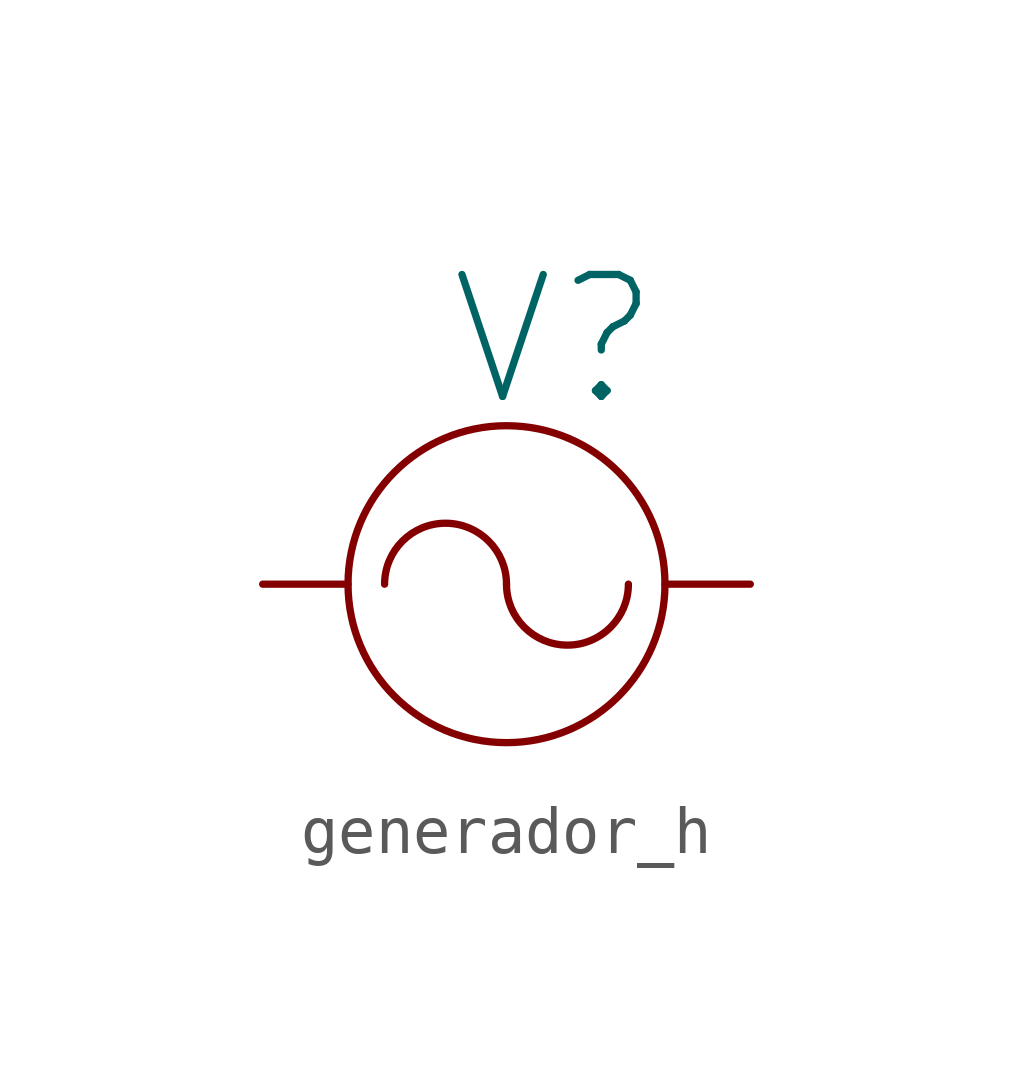
<source format=kicad_sym>
(kicad_symbol_lib
  (version 20231120)
  (generator "kicad_symbol_editor")
  (generator_version "8.0")
  (symbol "generador_h"
    (pin_names
      (offset 1.016))
    (property "Reference" "V"
      (at 3.81 5.08 0)
      (effects (font (size 2.54 2.54)) (justify left)))
    (symbol "generador_h_0_0"
      (arc (start 5.08 0) (mid 3.81 1.2645) (end 2.54 0) (stroke (width 0) (type default)) (fill (type none)))
      (arc (start 5.08 0) (mid 6.35 -1.2645) (end 7.62 0) (stroke (width 0) (type default)) (fill (type none))))
    (symbol "generador_h_0_1"
      (circle (center 5.08 0) (radius 3.302) (stroke (width 0) (type default)) (fill (type none))))
    (symbol "generador_h_1_1"
      (pin input line (at 0 0 0) (length 1.778) (name "" (effects (font (size 1.27 1.27)))) (number "" (effects (font (size 1.143 1.143)))))
      (pin input line (at 10.16 0 180) (length 1.778) (name "" (effects (font (size 1.27 1.27)))) (number "" (effects (font (size 1.143 1.143))))))))
</source>
